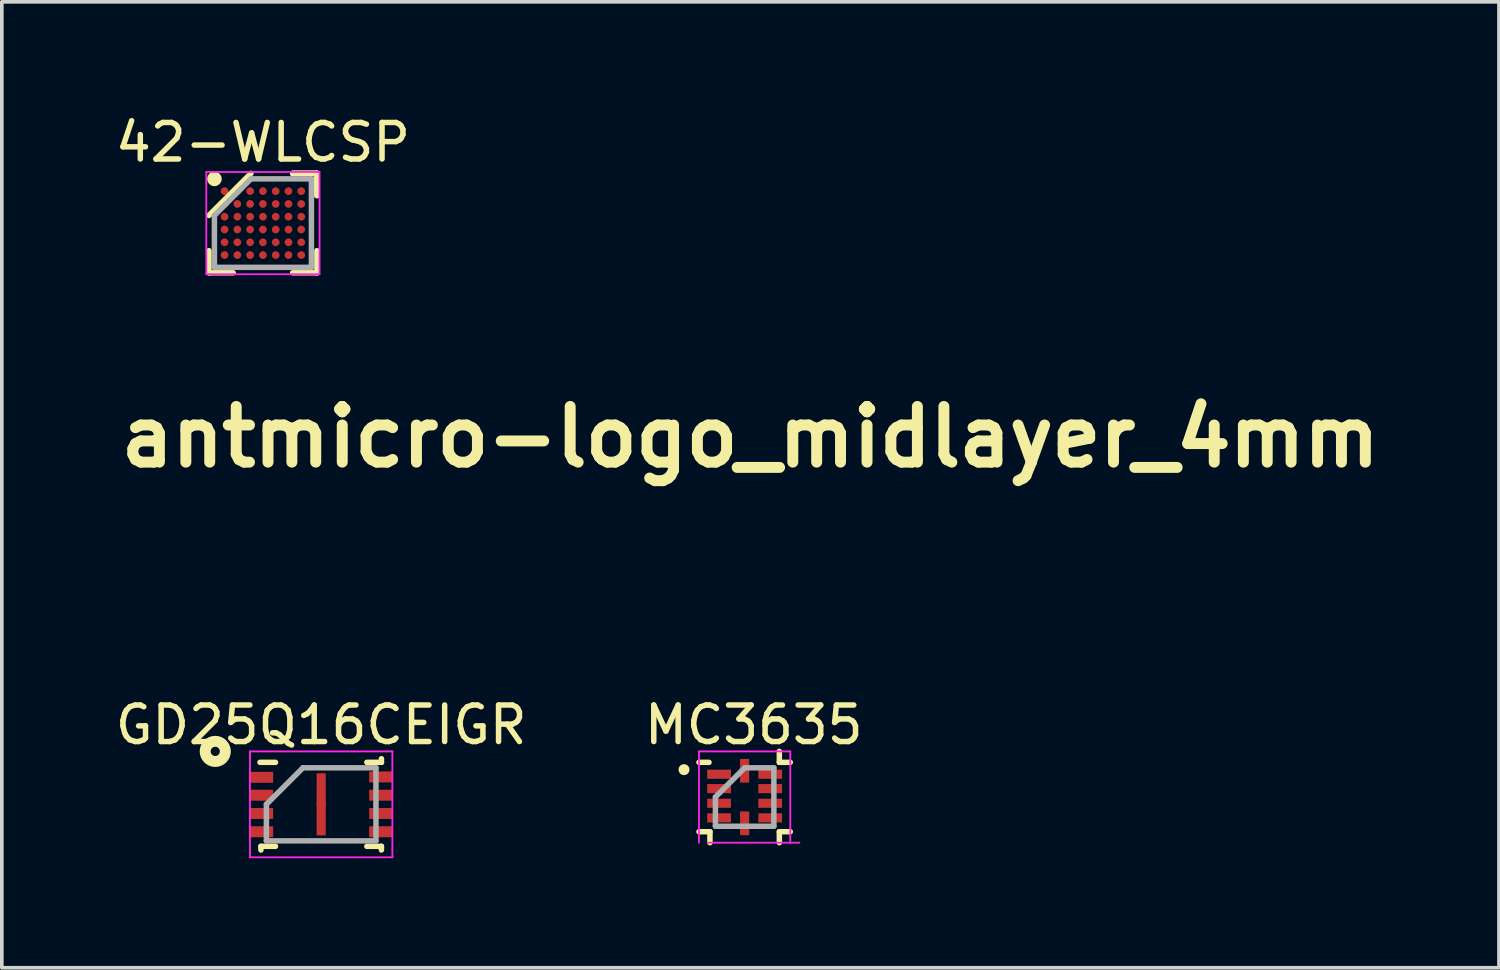
<source format=kicad_pcb>
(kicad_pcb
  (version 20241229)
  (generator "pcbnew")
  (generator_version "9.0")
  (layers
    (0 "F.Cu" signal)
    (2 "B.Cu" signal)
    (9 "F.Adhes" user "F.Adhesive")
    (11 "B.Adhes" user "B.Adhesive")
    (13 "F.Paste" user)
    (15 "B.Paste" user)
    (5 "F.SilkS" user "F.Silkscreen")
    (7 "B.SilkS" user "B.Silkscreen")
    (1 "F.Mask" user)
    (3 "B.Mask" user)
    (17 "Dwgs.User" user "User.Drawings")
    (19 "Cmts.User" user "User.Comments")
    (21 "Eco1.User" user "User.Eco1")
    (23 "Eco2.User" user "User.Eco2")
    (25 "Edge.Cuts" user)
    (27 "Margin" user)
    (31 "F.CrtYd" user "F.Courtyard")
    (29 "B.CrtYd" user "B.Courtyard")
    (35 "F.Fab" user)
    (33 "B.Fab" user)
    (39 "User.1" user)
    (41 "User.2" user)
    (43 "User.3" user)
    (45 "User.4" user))
  (footprint "antmicro-logo_midlayer_4mm"
    (layer "F.Cu")
    (at 16.887 11.009)
    (property "Reference" "antmicro-logo_midlayer_4mm" (at 0.61 -2.095 0) (layer "F.SilkS") (effects (font (size 1.524 1.524) (thickness 0.3))))
    (attr through_hole)
    (fp_line (start -0.281 0.074) (end 0.075 0.074) (stroke (width 0.1) (type solid)) (layer "In1.Cu"))
    (fp_line (start -0.116 -0.164) (end -0.243 -0.291) (stroke (width 0.1) (type solid)) (layer "In1.Cu"))
    (fp_line (start -0.116 -0.164) (end 0.113 -0.164) (stroke (width 0.1) (type solid)) (layer "In1.Cu"))
    (fp_line (start -0.116 0.293) (end -0.243 0.42) (stroke (width 0.1) (type solid)) (layer "In1.Cu"))
    (fp_line (start -0.116 0.293) (end 0.113 0.293) (stroke (width 0.1) (type solid)) (layer "In1.Cu"))
    (fp_line (start 0.113 -0.415) (end 0.113 0.572) (stroke (width 0.1) (type solid)) (layer "In1.Cu"))
    (fp_line (start 0.341 -0.164) (end 0.113 -0.164) (stroke (width 0.1) (type solid)) (layer "In1.Cu"))
    (fp_line (start 0.341 -0.164) (end 0.468 -0.291) (stroke (width 0.1) (type solid)) (layer "In1.Cu"))
    (fp_line (start 0.341 0.293) (end 0.113 0.293) (stroke (width 0.1) (type solid)) (layer "In1.Cu"))
    (fp_line (start 0.341 0.293) (end 0.468 0.42) (stroke (width 0.1) (type solid)) (layer "In1.Cu"))
    (fp_line (start 0.506 0.077) (end 0.151 0.077) (stroke (width 0.1) (type solid)) (layer "In1.Cu"))
    (fp_circle (center -0.37 0.074) (end -0.281 0.074) (stroke (width 0.1) (type solid)) (fill no) (layer "In1.Cu"))
    (fp_circle (center -0.306 -0.367) (end -0.217 -0.367) (stroke (width 0.1) (type solid)) (fill no) (layer "In1.Cu"))
    (fp_circle (center -0.306 0.496) (end -0.217 0.496) (stroke (width 0.1) (type solid)) (fill no) (layer "In1.Cu"))
    (fp_circle (center 0.113 -0.532) (end 0.23 -0.532) (stroke (width 0.1) (type solid)) (fill no) (layer "In1.Cu"))
    (fp_circle (center 0.113 0.684) (end 0.23 0.684) (stroke (width 0.1) (type solid)) (fill no) (layer "In1.Cu"))
    (fp_circle (center 0.532 -0.367) (end 0.621 -0.367) (stroke (width 0.1) (type solid)) (fill no) (layer "In1.Cu"))
    (fp_circle (center 0.532 0.496) (end 0.621 0.496) (stroke (width 0.1) (type solid)) (fill no) (layer "In1.Cu"))
    (fp_circle (center 0.595 0.077) (end 0.684 0.077) (stroke (width 0.1) (type solid)) (fill no) (layer "In1.Cu"))
    (fp_poly (pts (xy 0.166 -1.829) (xy 0.251 -1.792) (xy 0.362 -1.736) (xy 0.487 -1.668) (xy 0.507 -1.657) (xy 0.649 -1.575) (xy 0.823 -1.475) (xy 1.008 -1.369) (xy 1.188 -1.267) (xy 1.253 -1.23) (xy 1.396 -1.147) (xy 1.524 -1.07) (xy 1.629 -1.004) (xy 1.7 -0.955) (xy 1.726 -0.933) (xy 1.739 -0.913) (xy 1.75 -0.885) (xy 1.759 -0.842) (xy 1.765 -0.778) (xy 1.77 -0.686) (xy 1.772 -0.562) (xy 1.774 -0.4) (xy 1.775 -0.192) (xy 1.775 0.045) (xy 1.775 0.306) (xy 1.773 0.516) (xy 1.771 0.681) (xy 1.767 0.807) (xy 1.762 0.899) (xy 1.754 0.962) (xy 1.745 1.003) (xy 1.734 1.025) (xy 1.697 1.057) (xy 1.62 1.111) (xy 1.51 1.181) (xy 1.375 1.263) (xy 1.225 1.351) (xy 1.214 1.357) (xy 1.043 1.454) (xy 0.868 1.555) (xy 0.703 1.65) (xy 0.561 1.733) (xy 0.474 1.784) (xy 0.333 1.863) (xy 0.227 1.912) (xy 0.147 1.934) (xy 0.112 1.937) (xy 0.068 1.929) (xy 0.003 1.904) (xy -0.088 1.861) (xy -0.21 1.797) (xy -0.368 1.71) (xy -0.565 1.596) (xy -0.708 1.512) (xy -0.893 1.403) (xy -1.064 1.301) (xy -1.215 1.209) (xy -1.338 1.133) (xy -1.428 1.076) (xy -1.476 1.041) (xy -1.482 1.037) (xy -1.496 1.02) (xy -1.508 0.996) (xy -1.517 0.96) (xy -1.524 0.905) (xy -1.528 0.826) (xy -1.532 0.717) (xy -1.534 0.571) (xy -1.534 0.384) (xy -1.535 0.148) (xy -1.535 0.045) (xy -0.934 0.045) (xy -0.933 0.222) (xy -0.93 0.381) (xy -0.925 0.512) (xy -0.92 0.607) (xy -0.913 0.656) (xy -0.912 0.66) (xy -0.881 0.685) (xy -0.81 0.733) (xy -0.708 0.797) (xy -0.585 0.872) (xy -0.449 0.953) (xy -0.31 1.034) (xy -0.177 1.111) (xy -0.06 1.176) (xy 0.033 1.226) (xy 0.092 1.255) (xy 0.107 1.259) (xy 0.142 1.246) (xy 0.218 1.209) (xy 0.327 1.151) (xy 0.46 1.078) (xy 0.609 0.993) (xy 0.636 0.977) (xy 0.788 0.887) (xy 0.923 0.804) (xy 1.034 0.732) (xy 1.113 0.677) (xy 1.153 0.643) (xy 1.155 0.64) (xy 1.163 0.597) (xy 1.17 0.509) (xy 1.175 0.386) (xy 1.179 0.24) (xy 1.182 0.081) (xy 1.183 -0.08) (xy 1.182 -0.232) (xy 1.179 -0.363) (xy 1.174 -0.463) (xy 1.167 -0.522) (xy 1.166 -0.528) (xy 1.136 -0.556) (xy 1.066 -0.607) (xy 0.964 -0.673) (xy 0.839 -0.749) (xy 0.702 -0.831) (xy 0.56 -0.913) (xy 0.424 -0.989) (xy 0.302 -1.055) (xy 0.203 -1.104) (xy 0.137 -1.133) (xy 0.117 -1.137) (xy 0.077 -1.124) (xy -0.002 -1.086) (xy -0.111 -1.031) (xy -0.239 -0.962) (xy -0.377 -0.886) (xy -0.516 -0.807) (xy -0.647 -0.732) (xy -0.758 -0.664) (xy -0.842 -0.61) (xy -0.885 -0.579) (xy -0.902 -0.559) (xy -0.914 -0.528) (xy -0.923 -0.479) (xy -0.929 -0.402) (xy -0.932 -0.292) (xy -0.933 -0.14) (xy -0.934 0.045) (xy -1.535 0.045) (xy -1.535 0.044) (xy -1.534 -0.895) (xy -1.467 -0.948) (xy -1.41 -0.988) (xy -1.315 -1.048) (xy -1.19 -1.124) (xy -1.042 -1.211) (xy -0.878 -1.306) (xy -0.705 -1.405) (xy -0.531 -1.503) (xy -0.364 -1.596) (xy -0.21 -1.68) (xy -0.078 -1.751) (xy 0.026 -1.804) (xy 0.094 -1.836) (xy 0.117 -1.843) (xy 0.166 -1.829)) (stroke (width 0.01) (type solid)) (fill yes) (layer "In1.Cu")))
  (footprint "GD25Q16CEIGR"
    (layer "F.Cu")
    (at 5.744 18.974)
    (property "Reference" "GD25Q16CEIGR" (at 0 -2.175 0) (layer "F.SilkS") (effects (font (size 1 1) (thickness 0.15))))
    (attr smd)
    (fp_line (start -1.65 1.15) (end -1.65 1.25) (stroke (width 0.15) (type solid)) (layer "F.SilkS"))
    (fp_line (start -1.25 -1.15) (end -1.675 -1.15) (stroke (width 0.15) (type solid)) (layer "F.SilkS"))
    (fp_line (start -1.25 1.15) (end -1.65 1.15) (stroke (width 0.15) (type solid)) (layer "F.SilkS"))
    (fp_line (start 1.25 -1.15) (end 1.65 -1.15) (stroke (width 0.15) (type solid)) (layer "F.SilkS"))
    (fp_line (start 1.25 1.15) (end 1.65 1.15) (stroke (width 0.15) (type solid)) (layer "F.SilkS"))
    (fp_line (start 1.65 -1.15) (end 1.65 -1.25) (stroke (width 0.15) (type solid)) (layer "F.SilkS"))
    (fp_line (start 1.65 1.15) (end 1.65 1.25) (stroke (width 0.15) (type solid)) (layer "F.SilkS"))
    (fp_circle (center -2.9 -1.45) (end -2.774 -1.45) (stroke (width 0.3) (type solid)) (fill no) (layer "F.SilkS"))
    (fp_line (start -1.95 -1.45) (end 1.95 -1.45) (stroke (width 0.05) (type solid)) (layer "F.CrtYd"))
    (fp_line (start -1.95 1.45) (end -1.95 -1.45) (stroke (width 0.05) (type solid)) (layer "F.CrtYd"))
    (fp_line (start 1.95 -1.45) (end 1.95 1.45) (stroke (width 0.05) (type solid)) (layer "F.CrtYd"))
    (fp_line (start 1.95 1.45) (end -1.95 1.45) (stroke (width 0.05) (type solid)) (layer "F.CrtYd"))
    (fp_line (start -1.5 0) (end -1.5 1) (stroke (width 0.15) (type solid)) (layer "F.Fab"))
    (fp_line (start -1.5 1) (end 1.5 1) (stroke (width 0.15) (type solid)) (layer "F.Fab"))
    (fp_line (start -0.5 -1) (end -1.5 0) (stroke (width 0.15) (type solid)) (layer "F.Fab"))
    (fp_line (start 1.5 -1) (end -0.5 -1) (stroke (width 0.15) (type solid)) (layer "F.Fab"))
    (fp_line (start 1.5 1) (end 1.5 -1) (stroke (width 0.15) (type solid)) (layer "F.Fab"))
    (pad "1" smd rect (at -1.64 -0.74 90) (size 0.3 0.65) (layers "F.Cu" "F.Mask" "F.Paste"))
    (pad "2" smd rect (at -1.64 -0.25 90) (size 0.3 0.65) (layers "F.Cu" "F.Mask" "F.Paste"))
    (pad "3" smd rect (at -1.64 0.25 90) (size 0.3 0.65) (layers "F.Cu" "F.Mask" "F.Paste"))
    (pad "4" smd rect (at -1.64 0.75 90) (size 0.3 0.65) (layers "F.Cu" "F.Mask" "F.Paste"))
    (pad "5" smd rect (at 1.64 0.75 90) (size 0.3 0.65) (layers "F.Cu" "F.Mask" "F.Paste"))
    (pad "6" smd rect (at 1.64 0.25 90) (size 0.3 0.65) (layers "F.Cu" "F.Mask" "F.Paste"))
    (pad "7" smd rect (at 1.64 -0.25 90) (size 0.3 0.65) (layers "F.Cu" "F.Mask" "F.Paste"))
    (pad "8" smd rect (at 1.64 -0.75 90) (size 0.3 0.65) (layers "F.Cu" "F.Mask" "F.Paste"))
    (pad "9" smd rect (at -0.05 -0.4) (size 0.15 0.9) (layers "F.Cu" "F.Mask" "F.Paste"))
    (pad "9" smd rect (at -0.05 0.4) (size 0.15 0.9) (layers "F.Cu" "F.Mask" "F.Paste"))
    (pad "9" smd rect (at 0.05 -0.4) (size 0.15 0.9) (layers "F.Cu" "F.Mask" "F.Paste"))
    (pad "9" smd rect (at 0.05 0.4) (size 0.15 0.9) (layers "F.Cu" "F.Mask" "F.Paste")))
  (footprint "42-WLCSP"
    (layer "F.Cu")
    (at 4.149 3.059)
    (property "Reference" "42-WLCSP" (at 0 -2.211 0) (layer "F.SilkS") (effects (font (size 1 1) (thickness 0.15))))
    (attr smd)
    (fp_line (start -1.478 1.361) (end -1.478 0.755) (stroke (width 0.15) (type solid)) (layer "F.SilkS"))
    (fp_line (start -0.814 1.361) (end -1.478 1.361) (stroke (width 0.15) (type solid)) (layer "F.SilkS"))
    (fp_line (start -0.328 -1.361) (end -1.478 -0.211) (stroke (width 0.15) (type solid)) (layer "F.SilkS"))
    (fp_line (start 0.814 -1.361) (end 1.478 -1.361) (stroke (width 0.15) (type solid)) (layer "F.SilkS"))
    (fp_line (start 0.814 -1.361) (end 1.478 -1.361) (stroke (width 0.15) (type solid)) (layer "F.SilkS"))
    (fp_line (start 0.814 -1.361) (end 1.478 -1.361) (stroke (width 0.15) (type solid)) (layer "F.SilkS"))
    (fp_line (start 0.814 1.361) (end 1.478 1.361) (stroke (width 0.15) (type solid)) (layer "F.SilkS"))
    (fp_line (start 1.478 -1.361) (end 1.478 -0.755) (stroke (width 0.15) (type solid)) (layer "F.SilkS"))
    (fp_line (start 1.478 -1.361) (end 1.478 -0.755) (stroke (width 0.15) (type solid)) (layer "F.SilkS"))
    (fp_line (start 1.478 -1.361) (end 1.478 -0.755) (stroke (width 0.15) (type solid)) (layer "F.SilkS"))
    (fp_line (start 1.478 1.361) (end 1.478 0.755) (stroke (width 0.15) (type solid)) (layer "F.SilkS"))
    (fp_circle (center -1.328 -1.211) (end -1.328 -1.111) (stroke (width 0.2) (type solid)) (fill no) (layer "F.SilkS"))
    (fp_line (start -1.55 -1.4) (end 1.55 -1.4) (stroke (width 0.05) (type solid)) (layer "F.CrtYd"))
    (fp_line (start -1.55 1.4) (end -1.55 -1.4) (stroke (width 0.05) (type solid)) (layer "F.CrtYd"))
    (fp_line (start 1.55 -1.4) (end 1.55 1.4) (stroke (width 0.05) (type solid)) (layer "F.CrtYd"))
    (fp_line (start 1.55 1.4) (end -1.55 1.4) (stroke (width 0.05) (type solid)) (layer "F.CrtYd"))
    (fp_line (start -1.328 -0.211) (end -1.328 1.211) (stroke (width 0.15) (type solid)) (layer "F.Fab"))
    (fp_line (start -1.328 1.211) (end 1.328 1.211) (stroke (width 0.15) (type solid)) (layer "F.Fab"))
    (fp_line (start -0.328 -1.211) (end -1.328 -0.211) (stroke (width 0.15) (type solid)) (layer "F.Fab"))
    (fp_line (start 1.328 -1.211) (end -0.328 -1.211) (stroke (width 0.15) (type solid)) (layer "F.Fab"))
    (fp_line (start 1.328 1.211) (end 1.328 -1.211) (stroke (width 0.15) (type solid)) (layer "F.Fab"))
    (pad "A1" smd circle (at -1.05 -0.875) (size 0.211 0.211) (layers "F.Cu" "F.Mask" "F.Paste"))
    (pad "A2" smd circle (at -0.7 -0.875) (size 0.211 0.211) (layers "F.Cu" "F.Mask" "F.Paste"))
    (pad "A3" smd circle (at -0.35 -0.875) (size 0.211 0.211) (layers "F.Cu" "F.Mask" "F.Paste"))
    (pad "A4" smd circle (at 0 -0.875) (size 0.211 0.211) (layers "F.Cu" "F.Mask" "F.Paste"))
    (pad "A5" smd circle (at 0.35 -0.875) (size 0.211 0.211) (layers "F.Cu" "F.Mask" "F.Paste"))
    (pad "A6" smd circle (at 0.7 -0.875) (size 0.211 0.211) (layers "F.Cu" "F.Mask" "F.Paste"))
    (pad "A7" smd circle (at 1.05 -0.875) (size 0.211 0.211) (layers "F.Cu" "F.Mask" "F.Paste"))
    (pad "B1" smd circle (at -1.05 -0.525) (size 0.211 0.211) (layers "F.Cu" "F.Mask" "F.Paste"))
    (pad "B2" smd circle (at -0.7 -0.525) (size 0.211 0.211) (layers "F.Cu" "F.Mask" "F.Paste"))
    (pad "B3" smd circle (at -0.35 -0.525) (size 0.211 0.211) (layers "F.Cu" "F.Mask" "F.Paste"))
    (pad "B4" smd circle (at 0 -0.525) (size 0.211 0.211) (layers "F.Cu" "F.Mask" "F.Paste"))
    (pad "B5" smd circle (at 0.35 -0.525) (size 0.211 0.211) (layers "F.Cu" "F.Mask" "F.Paste"))
    (pad "B6" smd circle (at 0.7 -0.525) (size 0.211 0.211) (layers "F.Cu" "F.Mask" "F.Paste"))
    (pad "B7" smd circle (at 1.05 -0.525) (size 0.211 0.211) (layers "F.Cu" "F.Mask" "F.Paste"))
    (pad "C1" smd circle (at -1.05 -0.175) (size 0.211 0.211) (layers "F.Cu" "F.Mask" "F.Paste"))
    (pad "C2" smd circle (at -0.7 -0.175) (size 0.211 0.211) (layers "F.Cu" "F.Mask" "F.Paste"))
    (pad "C3" smd circle (at -0.35 -0.175) (size 0.211 0.211) (layers "F.Cu" "F.Mask" "F.Paste"))
    (pad "C4" smd circle (at 0 -0.175) (size 0.211 0.211) (layers "F.Cu" "F.Mask" "F.Paste"))
    (pad "C5" smd circle (at 0.35 -0.175) (size 0.211 0.211) (layers "F.Cu" "F.Mask" "F.Paste"))
    (pad "C6" smd circle (at 0.7 -0.175) (size 0.211 0.211) (layers "F.Cu" "F.Mask" "F.Paste"))
    (pad "C7" smd circle (at 1.05 -0.175) (size 0.211 0.211) (layers "F.Cu" "F.Mask" "F.Paste"))
    (pad "D1" smd circle (at -1.05 0.175) (size 0.211 0.211) (layers "F.Cu" "F.Mask" "F.Paste"))
    (pad "D2" smd circle (at -0.7 0.175) (size 0.211 0.211) (layers "F.Cu" "F.Mask" "F.Paste"))
    (pad "D3" smd circle (at -0.35 0.175) (size 0.211 0.211) (layers "F.Cu" "F.Mask" "F.Paste"))
    (pad "D4" smd circle (at 0 0.175) (size 0.211 0.211) (layers "F.Cu" "F.Mask" "F.Paste"))
    (pad "D5" smd circle (at 0.35 0.175) (size 0.211 0.211) (layers "F.Cu" "F.Mask" "F.Paste"))
    (pad "D6" smd circle (at 0.7 0.175) (size 0.211 0.211) (layers "F.Cu" "F.Mask" "F.Paste"))
    (pad "D7" smd circle (at 1.05 0.175) (size 0.211 0.211) (layers "F.Cu" "F.Mask" "F.Paste"))
    (pad "E1" smd circle (at -1.05 0.525) (size 0.211 0.211) (layers "F.Cu" "F.Mask" "F.Paste"))
    (pad "E2" smd circle (at -0.7 0.525) (size 0.211 0.211) (layers "F.Cu" "F.Mask" "F.Paste"))
    (pad "E3" smd circle (at -0.35 0.525) (size 0.211 0.211) (layers "F.Cu" "F.Mask" "F.Paste"))
    (pad "E4" smd circle (at 0 0.525) (size 0.211 0.211) (layers "F.Cu" "F.Mask" "F.Paste"))
    (pad "E5" smd circle (at 0.35 0.525) (size 0.211 0.211) (layers "F.Cu" "F.Mask" "F.Paste"))
    (pad "E6" smd circle (at 0.7 0.525) (size 0.211 0.211) (layers "F.Cu" "F.Mask" "F.Paste"))
    (pad "E7" smd circle (at 1.05 0.525) (size 0.211 0.211) (layers "F.Cu" "F.Mask" "F.Paste"))
    (pad "F1" smd circle (at -1.05 0.875) (size 0.211 0.211) (layers "F.Cu" "F.Mask" "F.Paste"))
    (pad "F2" smd circle (at -0.7 0.875) (size 0.211 0.211) (layers "F.Cu" "F.Mask" "F.Paste"))
    (pad "F3" smd circle (at -0.35 0.875) (size 0.211 0.211) (layers "F.Cu" "F.Mask" "F.Paste"))
    (pad "F4" smd circle (at 0 0.875) (size 0.211 0.211) (layers "F.Cu" "F.Mask" "F.Paste"))
    (pad "F5" smd circle (at 0.35 0.875) (size 0.211 0.211) (layers "F.Cu" "F.Mask" "F.Paste"))
    (pad "F6" smd circle (at 0.7 0.875) (size 0.211 0.211) (layers "F.Cu" "F.Mask" "F.Paste"))
    (pad "F7" smd circle (at 1.05 0.875) (size 0.211 0.211) (layers "F.Cu" "F.Mask" "F.Paste")))
  (footprint "MC3635"
    (layer "F.Cu")
    (at 17.589 18.774)
    (property "Reference" "MC3635" (at 0 -1.975 0) (layer "F.SilkS") (effects (font (size 1 1) (thickness 0.15))))
    (attr smd)
    (fp_line (start -1.5 -0.95) (end -1.225 -0.95) (stroke (width 0.15) (type solid)) (layer "F.SilkS"))
    (fp_line (start -1.5 0.95) (end -1.2 0.95) (stroke (width 0.15) (type solid)) (layer "F.SilkS"))
    (fp_line (start -1.2 0.95) (end -1.2 1.25) (stroke (width 0.15) (type solid)) (layer "F.SilkS"))
    (fp_line (start 0.7 -0.95) (end 0.7 -1.25) (stroke (width 0.15) (type solid)) (layer "F.SilkS"))
    (fp_line (start 0.7 0.95) (end 0.7 1.25) (stroke (width 0.15) (type solid)) (layer "F.SilkS"))
    (fp_line (start 1 -0.95) (end 0.7 -0.95) (stroke (width 0.15) (type solid)) (layer "F.SilkS"))
    (fp_line (start 1 0.95) (end 0.7 0.95) (stroke (width 0.15) (type solid)) (layer "F.SilkS"))
    (fp_circle (center -1.91 -0.75) (end -1.84 -0.72) (stroke (width 0.15) (type solid)) (fill no) (layer "F.SilkS"))
    (fp_line (start -1.5 -1.25) (end 1 -1.25) (stroke (width 0.05) (type solid)) (layer "F.CrtYd"))
    (fp_line (start -1.5 1.25) (end -1.5 -1.25) (stroke (width 0.05) (type solid)) (layer "F.CrtYd"))
    (fp_line (start 1 -1.25) (end 1 1.25) (stroke (width 0.05) (type solid)) (layer "F.CrtYd"))
    (fp_line (start 1.25 1.25) (end -1.25 1.25) (stroke (width 0.05) (type solid)) (layer "F.CrtYd"))
    (fp_line (start -1.05 0) (end -1.05 0.8) (stroke (width 0.15) (type solid)) (layer "F.Fab"))
    (fp_line (start -1.05 0.8) (end 0.55 0.8) (stroke (width 0.15) (type solid)) (layer "F.Fab"))
    (fp_line (start -0.25 -0.8) (end -1.05 0) (stroke (width 0.15) (type solid)) (layer "F.Fab"))
    (fp_line (start 0.55 -0.8) (end -0.25 -0.8) (stroke (width 0.15) (type solid)) (layer "F.Fab"))
    (fp_line (start 0.55 0.8) (end 0.55 -0.8) (stroke (width 0.15) (type solid)) (layer "F.Fab"))
    (pad "1" smd rect (at -0.95 -0.625 90) (size 0.25 0.65) (layers "F.Cu" "F.Mask" "F.Paste"))
    (pad "2" smd rect (at -0.95 -0.23 90) (size 0.25 0.65) (layers "F.Cu" "F.Mask" "F.Paste"))
    (pad "3" smd rect (at -0.95 0.17 90) (size 0.25 0.65) (layers "F.Cu" "F.Mask" "F.Paste"))
    (pad "4" smd rect (at -0.95 0.57 90) (size 0.25 0.65) (layers "F.Cu" "F.Mask" "F.Paste"))
    (pad "5" smd rect (at -0.25 0.72) (size 0.25 0.65) (layers "F.Cu" "F.Mask" "F.Paste"))
    (pad "6" smd rect (at 0.45 0.57 90) (size 0.25 0.65) (layers "F.Cu" "F.Mask" "F.Paste"))
    (pad "7" smd rect (at 0.45 0.17 90) (size 0.25 0.65) (layers "F.Cu" "F.Mask" "F.Paste"))
    (pad "8" smd rect (at 0.45 -0.23 90) (size 0.25 0.65) (layers "F.Cu" "F.Mask" "F.Paste"))
    (pad "9" smd rect (at 0.45 -0.625 90) (size 0.25 0.65) (layers "F.Cu" "F.Mask" "F.Paste"))
    (pad "10" smd rect (at -0.25 -0.72) (size 0.25 0.65) (layers "F.Cu" "F.Mask" "F.Paste")))
  (gr_rect
    (start -3 -3)
    (end 37.994 23.449)
    (stroke (width 0.1) (type default))
    (fill no)
    (layer "Edge.Cuts")))
</source>
